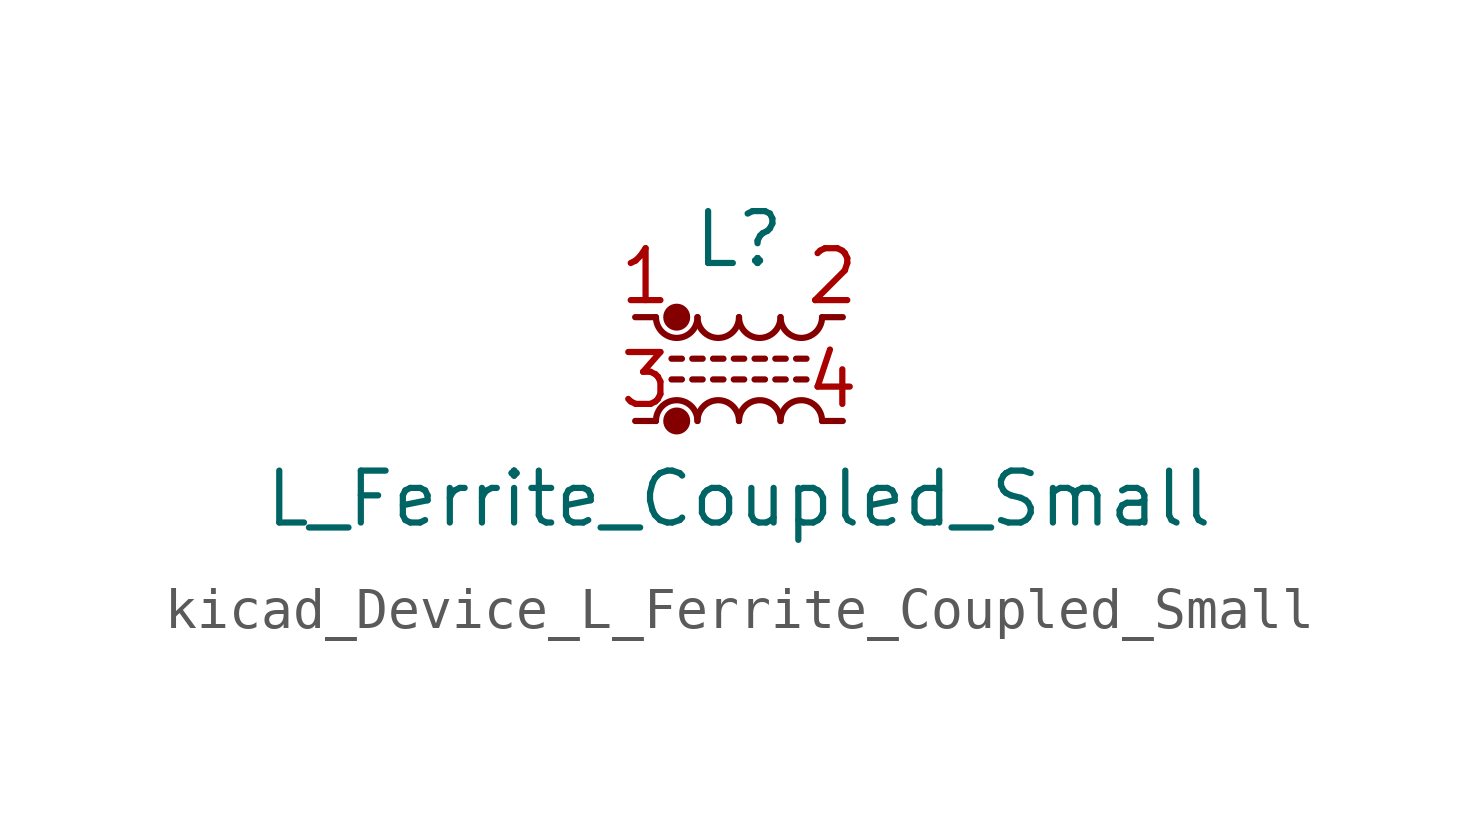
<source format=kicad_sym>
(kicad_symbol_lib
  (version 20220914)
  (generator kicad_symbol_editor)
  (symbol "kicad_Device_L_Ferrite_Coupled_Small"
    (pin_names
      (offset 0.254) hide)
    (property "Reference" "L"
      (at 0 3.175 0)
      (effects (font (size 1.27 1.27))))
    (property "Value" "L_Ferrite_Coupled_Small"
      (at 0 -3.175 0)
      (effects (font (size 1.27 1.27))))
    (symbol "kicad_Device_L_Ferrite_Coupled_Small_0_1"
      (arc (start -2.032 1.27) (mid -1.524 0.7642) (end -1.016 1.27) (stroke (width 0) (type default)) (fill (type none)))
      (circle (center -1.524 -1.27) (radius 0.254) (stroke (width 0) (type default)) (fill (type outline)))
      (circle (center -1.524 1.27) (radius 0.254) (stroke (width 0) (type default)) (fill (type outline)))
      (arc (start -1.016 -1.27) (mid -1.524 -0.7642) (end -2.032 -1.27) (stroke (width 0) (type default)) (fill (type none)))
      (arc (start -1.016 1.27) (mid -0.508 0.7642) (end 0 1.27) (stroke (width 0) (type default)) (fill (type none)))
      (arc (start 0 -1.27) (mid -0.508 -0.7642) (end -1.016 -1.27) (stroke (width 0) (type default)) (fill (type none)))
      (polyline (pts (xy -1.651 0.254) (xy -1.397 0.254)) (stroke (width 0) (type default)) (fill (type none)))
      (polyline (pts (xy -1.397 -0.254) (xy -1.651 -0.254)) (stroke (width 0) (type default)) (fill (type none)))
      (polyline (pts (xy -1.143 0.254) (xy -0.889 0.254)) (stroke (width 0) (type default)) (fill (type none)))
      (polyline (pts (xy -0.889 -0.254) (xy -1.143 -0.254)) (stroke (width 0) (type default)) (fill (type none)))
      (polyline (pts (xy -0.635 0.254) (xy -0.381 0.254)) (stroke (width 0) (type default)) (fill (type none)))
      (polyline (pts (xy -0.381 -0.254) (xy -0.635 -0.254)) (stroke (width 0) (type default)) (fill (type none)))
      (polyline (pts (xy -0.127 0.254) (xy 0.127 0.254)) (stroke (width 0) (type default)) (fill (type none)))
      (polyline (pts (xy 0.127 -0.254) (xy -0.127 -0.254)) (stroke (width 0) (type default)) (fill (type none)))
      (polyline (pts (xy 0.381 0.254) (xy 0.635 0.254)) (stroke (width 0) (type default)) (fill (type none)))
      (polyline (pts (xy 0.635 -0.254) (xy 0.381 -0.254)) (stroke (width 0) (type default)) (fill (type none)))
      (polyline (pts (xy 0.889 0.254) (xy 1.143 0.254)) (stroke (width 0) (type default)) (fill (type none)))
      (polyline (pts (xy 1.143 -0.254) (xy 0.889 -0.254)) (stroke (width 0) (type default)) (fill (type none)))
      (polyline (pts (xy 1.397 0.254) (xy 1.651 0.254)) (stroke (width 0) (type default)) (fill (type none)))
      (polyline (pts (xy 1.651 -0.254) (xy 1.397 -0.254)) (stroke (width 0) (type default)) (fill (type none)))
      (arc (start 0 1.27) (mid 0.508 0.7642) (end 1.016 1.27) (stroke (width 0) (type default)) (fill (type none)))
      (arc (start 1.016 -1.27) (mid 0.508 -0.7642) (end 0 -1.27) (stroke (width 0) (type default)) (fill (type none)))
      (arc (start 1.016 1.27) (mid 1.524 0.7642) (end 2.032 1.27) (stroke (width 0) (type default)) (fill (type none)))
      (arc (start 2.032 -1.27) (mid 1.524 -0.7642) (end 1.016 -1.27) (stroke (width 0) (type default)) (fill (type none))))
    (symbol "kicad_Device_L_Ferrite_Coupled_Small_1_1"
      (pin passive line (at -2.54 1.27 0) (length 0.508) (name "1" (effects (font (size 1.27 1.27)))) (number "1" (effects (font (size 1.27 1.27)))))
      (pin passive line (at 2.54 1.27 180) (length 0.508) (name "2" (effects (font (size 1.27 1.27)))) (number "2" (effects (font (size 1.27 1.27)))))
      (pin passive line (at -2.54 -1.27 0) (length 0.508) (name "3" (effects (font (size 1.27 1.27)))) (number "3" (effects (font (size 1.27 1.27)))))
      (pin passive line (at 2.54 -1.27 180) (length 0.508) (name "4" (effects (font (size 1.27 1.27)))) (number "4" (effects (font (size 1.27 1.27))))))))
</source>
